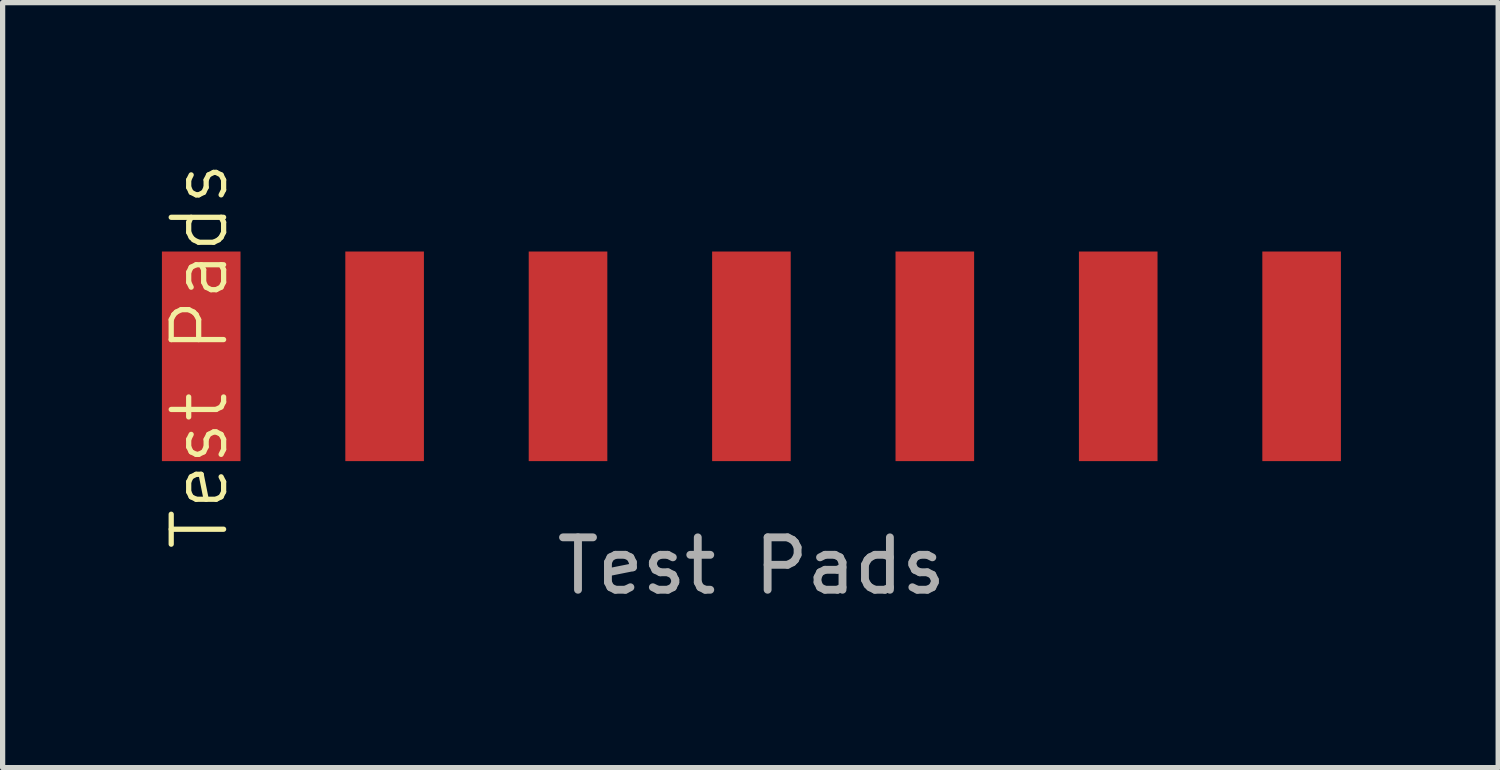
<source format=kicad_pcb>
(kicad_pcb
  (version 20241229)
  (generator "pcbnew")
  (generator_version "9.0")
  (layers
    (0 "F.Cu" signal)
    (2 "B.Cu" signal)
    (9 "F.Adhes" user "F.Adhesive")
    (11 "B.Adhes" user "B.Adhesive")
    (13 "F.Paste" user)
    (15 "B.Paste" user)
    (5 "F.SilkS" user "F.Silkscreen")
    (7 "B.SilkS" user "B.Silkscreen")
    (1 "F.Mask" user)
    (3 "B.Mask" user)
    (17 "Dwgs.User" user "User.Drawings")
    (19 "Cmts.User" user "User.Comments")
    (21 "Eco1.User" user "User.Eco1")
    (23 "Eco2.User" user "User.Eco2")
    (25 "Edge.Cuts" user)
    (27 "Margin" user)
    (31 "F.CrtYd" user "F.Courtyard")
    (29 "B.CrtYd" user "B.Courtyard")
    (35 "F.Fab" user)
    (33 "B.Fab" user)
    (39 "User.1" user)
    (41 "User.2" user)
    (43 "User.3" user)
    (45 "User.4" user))
  (footprint "Test Pads"
    (layer "F.Cu")
    (at 11.29 3.75)
    (property "Reference" "Test Pads" (at -10.53 -0.01 90) (unlocked yes) (layer "F.SilkS") (effects (font (size 1 1) (thickness 0.1))))
    (attr smd)
    (fp_text user "${REFERENCE}" (at 0 4 0) (unlocked yes) (layer "F.Fab") (effects (font (size 1 1) (thickness 0.15))))
    (pad "1" smd rect (at -10.5 0) (size 1.5 4) (property pad_prop_testpoint) (layers "F.Cu" "F.Mask" "F.Paste"))
    (pad "2" smd rect (at -7 0) (size 1.5 4) (property pad_prop_testpoint) (layers "F.Cu" "F.Mask" "F.Paste"))
    (pad "3" smd rect (at -3.5 0) (size 1.5 4) (property pad_prop_testpoint) (layers "F.Cu" "F.Mask" "F.Paste"))
    (pad "4" smd rect (at 0 0) (size 1.5 4) (property pad_prop_testpoint) (layers "F.Cu" "F.Mask" "F.Paste"))
    (pad "5" smd rect (at 3.5 0) (size 1.5 4) (property pad_prop_testpoint) (layers "F.Cu" "F.Mask" "F.Paste"))
    (pad "6" smd rect (at 7 0) (size 1.5 4) (property pad_prop_testpoint) (layers "F.Cu" "F.Mask" "F.Paste"))
    (pad "7" smd rect (at 10.5 0) (size 1.5 4) (property pad_prop_testpoint) (layers "F.Cu" "F.Mask" "F.Paste")))
  (gr_rect
    (start -3 -3)
    (end 25.541 11.599)
    (stroke (width 0.1) (type default))
    (fill no)
    (layer "Edge.Cuts")))
</source>
